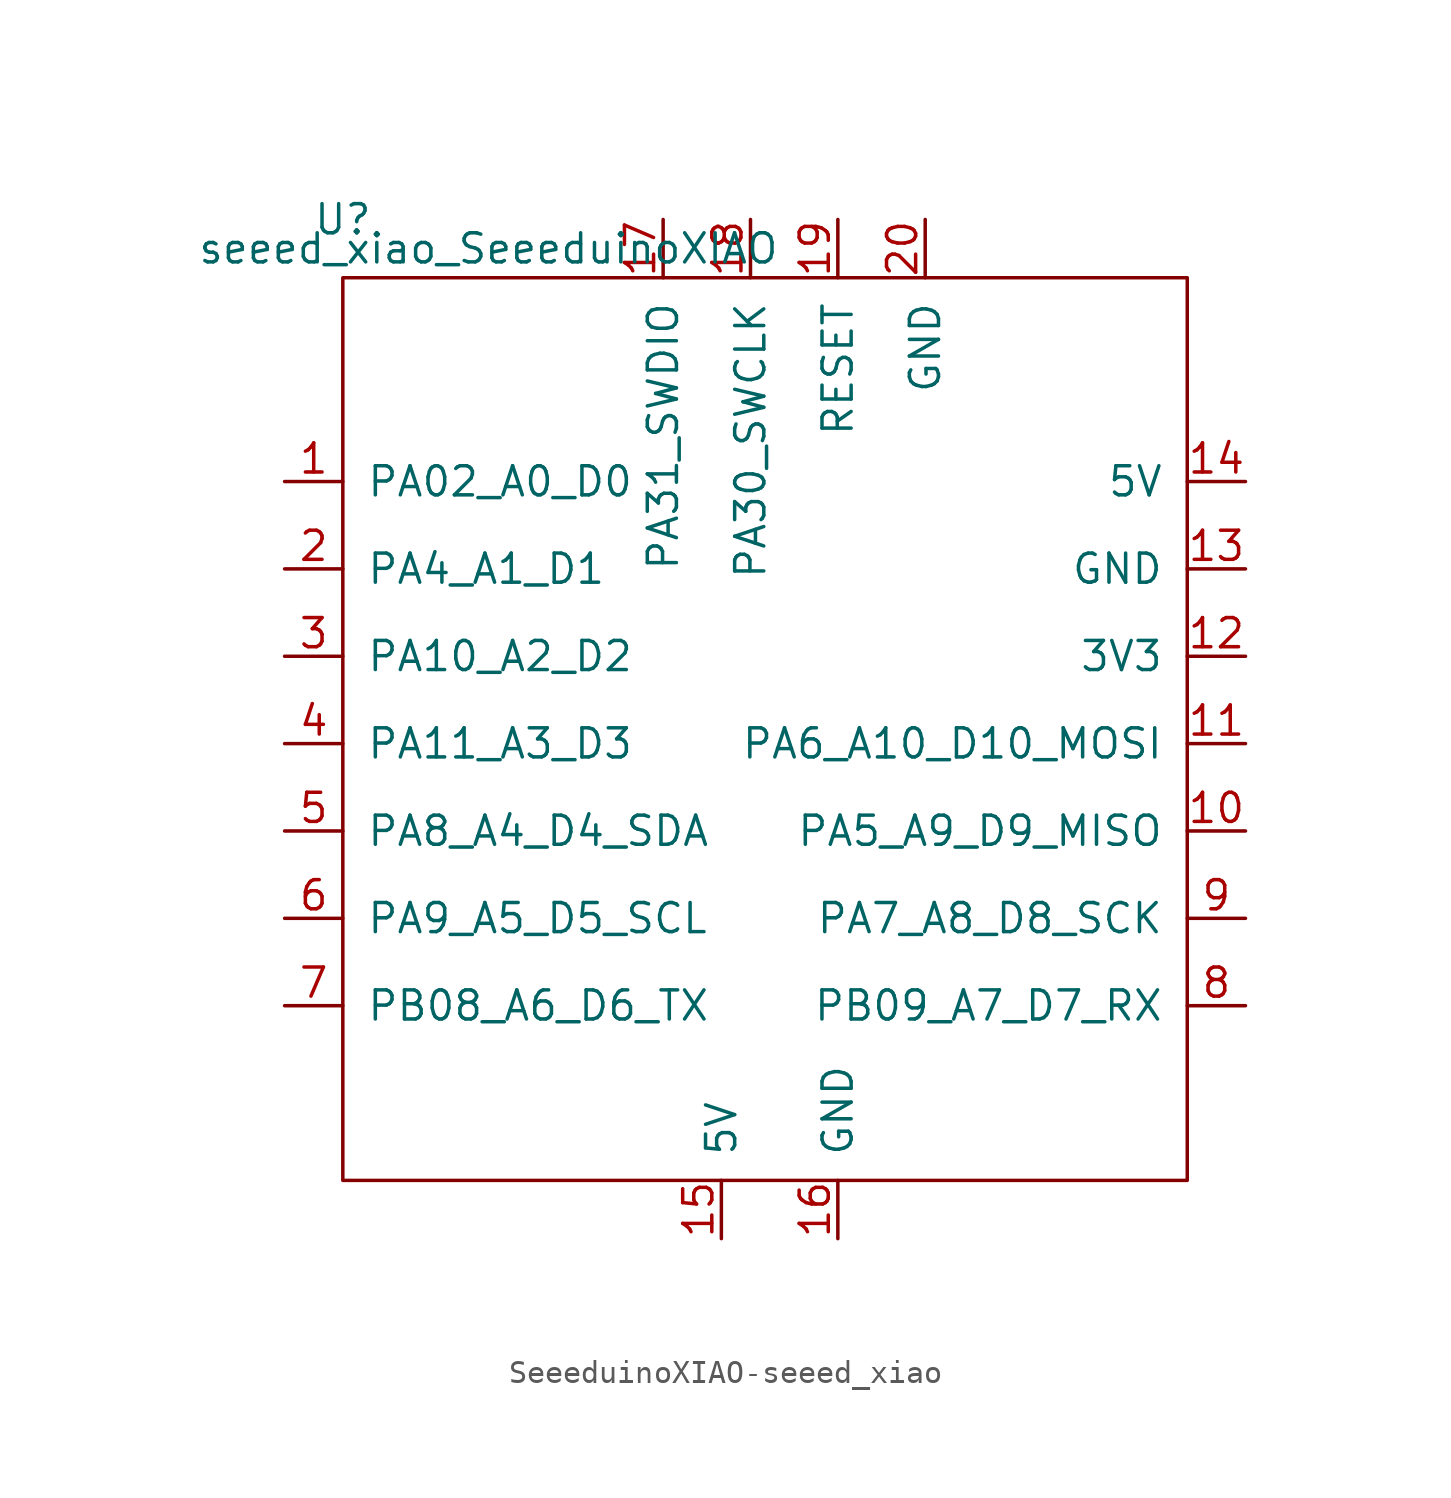
<source format=kicad_sym>
(kicad_symbol_lib
  (version 20220914)
  (generator kicad_symbol_editor)
  (symbol "SeeeduinoXIAO-seeed_xiao"
    (pin_names
      (offset 1.016))
    (property "Reference" "U"
      (at -19.05 22.86 0)
      (effects (font (size 1.27 1.27))))
    (property "Value" "seeed_xiao_SeeeduinoXIAO"
      (at -12.7 21.59 0)
      (effects (font (size 1.27 1.27))))
    (symbol "SeeeduinoXIAO-seeed_xiao_0_1"
      (rectangle (start -19.05 20.32) (end 17.78 -19.05) (stroke (width 0) (type solid)) (fill (type none))))
    (symbol "SeeeduinoXIAO-seeed_xiao_1_1"
      (pin unspecified line (at -21.59 11.43 0) (length 2.54) (name "PA02_A0_D0" (effects (font (size 1.27 1.27)))) (number "1" (effects (font (size 1.27 1.27)))))
      (pin unspecified line (at 20.32 -3.81 180) (length 2.54) (name "PA5_A9_D9_MISO" (effects (font (size 1.27 1.27)))) (number "10" (effects (font (size 1.27 1.27)))))
      (pin unspecified line (at 20.32 0 180) (length 2.54) (name "PA6_A10_D10_MOSI" (effects (font (size 1.27 1.27)))) (number "11" (effects (font (size 1.27 1.27)))))
      (pin unspecified line (at 20.32 3.81 180) (length 2.54) (name "3V3" (effects (font (size 1.27 1.27)))) (number "12" (effects (font (size 1.27 1.27)))))
      (pin unspecified line (at 20.32 7.62 180) (length 2.54) (name "GND" (effects (font (size 1.27 1.27)))) (number "13" (effects (font (size 1.27 1.27)))))
      (pin unspecified line (at 20.32 11.43 180) (length 2.54) (name "5V" (effects (font (size 1.27 1.27)))) (number "14" (effects (font (size 1.27 1.27)))))
      (pin input line (at -2.54 -21.59 90) (length 2.54) (name "5V" (effects (font (size 1.27 1.27)))) (number "15" (effects (font (size 1.27 1.27)))))
      (pin input line (at 2.54 -21.59 90) (length 2.54) (name "GND" (effects (font (size 1.27 1.27)))) (number "16" (effects (font (size 1.27 1.27)))))
      (pin input line (at -5.08 22.86 270) (length 2.54) (name "PA31_SWDIO" (effects (font (size 1.27 1.27)))) (number "17" (effects (font (size 1.27 1.27)))))
      (pin input line (at -1.27 22.86 270) (length 2.54) (name "PA30_SWCLK" (effects (font (size 1.27 1.27)))) (number "18" (effects (font (size 1.27 1.27)))))
      (pin input line (at 2.54 22.86 270) (length 2.54) (name "RESET" (effects (font (size 1.27 1.27)))) (number "19" (effects (font (size 1.27 1.27)))))
      (pin unspecified line (at -21.59 7.62 0) (length 2.54) (name "PA4_A1_D1" (effects (font (size 1.27 1.27)))) (number "2" (effects (font (size 1.27 1.27)))))
      (pin input line (at 6.35 22.86 270) (length 2.54) (name "GND" (effects (font (size 1.27 1.27)))) (number "20" (effects (font (size 1.27 1.27)))))
      (pin unspecified line (at -21.59 3.81 0) (length 2.54) (name "PA10_A2_D2" (effects (font (size 1.27 1.27)))) (number "3" (effects (font (size 1.27 1.27)))))
      (pin unspecified line (at -21.59 0 0) (length 2.54) (name "PA11_A3_D3" (effects (font (size 1.27 1.27)))) (number "4" (effects (font (size 1.27 1.27)))))
      (pin unspecified line (at -21.59 -3.81 0) (length 2.54) (name "PA8_A4_D4_SDA" (effects (font (size 1.27 1.27)))) (number "5" (effects (font (size 1.27 1.27)))))
      (pin unspecified line (at -21.59 -7.62 0) (length 2.54) (name "PA9_A5_D5_SCL" (effects (font (size 1.27 1.27)))) (number "6" (effects (font (size 1.27 1.27)))))
      (pin unspecified line (at -21.59 -11.43 0) (length 2.54) (name "PB08_A6_D6_TX" (effects (font (size 1.27 1.27)))) (number "7" (effects (font (size 1.27 1.27)))))
      (pin unspecified line (at 20.32 -11.43 180) (length 2.54) (name "PB09_A7_D7_RX" (effects (font (size 1.27 1.27)))) (number "8" (effects (font (size 1.27 1.27)))))
      (pin unspecified line (at 20.32 -7.62 180) (length 2.54) (name "PA7_A8_D8_SCK" (effects (font (size 1.27 1.27)))) (number "9" (effects (font (size 1.27 1.27))))))))
</source>
